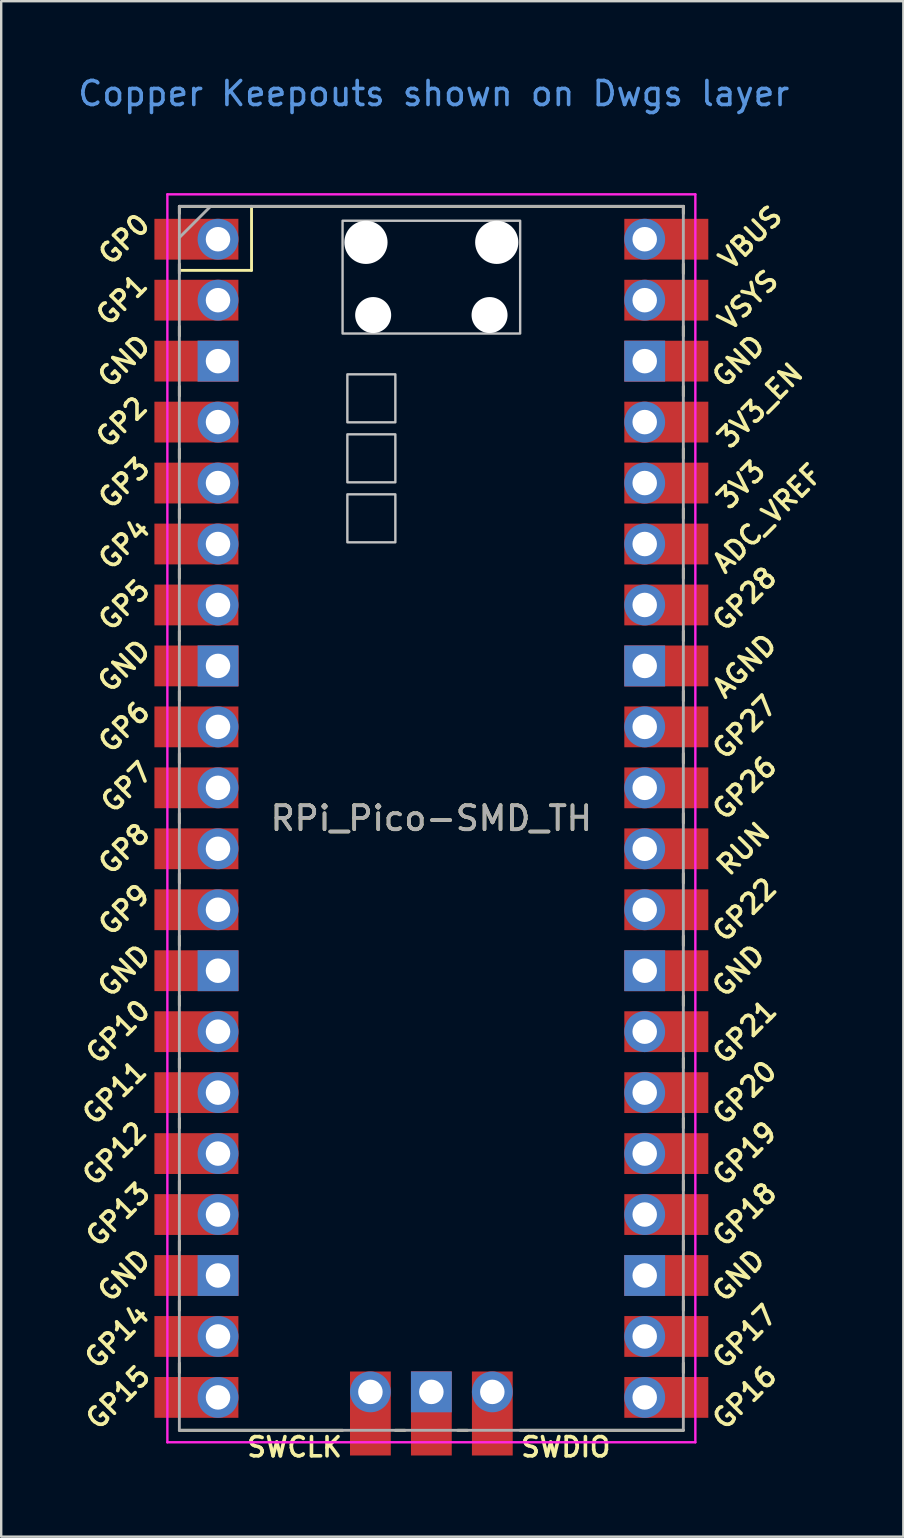
<source format=kicad_pcb>
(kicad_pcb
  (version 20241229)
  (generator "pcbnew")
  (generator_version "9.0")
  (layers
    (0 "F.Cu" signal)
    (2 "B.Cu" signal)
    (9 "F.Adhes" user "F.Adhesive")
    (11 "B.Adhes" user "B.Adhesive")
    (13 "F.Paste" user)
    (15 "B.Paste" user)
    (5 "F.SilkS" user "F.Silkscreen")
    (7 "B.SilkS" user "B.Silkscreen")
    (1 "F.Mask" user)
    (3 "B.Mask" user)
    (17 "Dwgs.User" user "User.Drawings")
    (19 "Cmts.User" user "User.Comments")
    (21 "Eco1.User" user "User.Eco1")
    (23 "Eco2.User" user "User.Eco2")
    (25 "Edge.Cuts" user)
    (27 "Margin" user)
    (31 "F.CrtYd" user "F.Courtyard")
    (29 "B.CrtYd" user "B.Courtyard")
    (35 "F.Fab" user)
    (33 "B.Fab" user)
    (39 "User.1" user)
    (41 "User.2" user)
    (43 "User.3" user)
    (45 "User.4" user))
  (footprint "RPi_Pico-SMD_TH"
    (layer "F.Cu")
    (at 14.924 31.048)
    (property "Reference" "RPi_Pico-SMD_TH" (at 0 0 0) (layer "F.SilkS") (effects (font (size 1 1) (thickness 0.15))))
    (attr through_hole)
    (fp_line (start -10.5 -25.5) (end -10.5 -25.2) (stroke (width 0.12) (type solid)) (layer "F.SilkS"))
    (fp_line (start -10.5 -25.5) (end 10.5 -25.5) (stroke (width 0.12) (type solid)) (layer "F.SilkS"))
    (fp_line (start -10.5 -23.1) (end -10.5 -22.7) (stroke (width 0.12) (type solid)) (layer "F.SilkS"))
    (fp_line (start -10.5 -22.833) (end -7.493 -22.833) (stroke (width 0.12) (type solid)) (layer "F.SilkS"))
    (fp_line (start -10.5 -20.5) (end -10.5 -20.1) (stroke (width 0.12) (type solid)) (layer "F.SilkS"))
    (fp_line (start -10.5 -18) (end -10.5 -17.6) (stroke (width 0.12) (type solid)) (layer "F.SilkS"))
    (fp_line (start -10.5 -15.4) (end -10.5 -15) (stroke (width 0.12) (type solid)) (layer "F.SilkS"))
    (fp_line (start -10.5 -12.9) (end -10.5 -12.5) (stroke (width 0.12) (type solid)) (layer "F.SilkS"))
    (fp_line (start -10.5 -10.4) (end -10.5 -10) (stroke (width 0.12) (type solid)) (layer "F.SilkS"))
    (fp_line (start -10.5 -7.8) (end -10.5 -7.4) (stroke (width 0.12) (type solid)) (layer "F.SilkS"))
    (fp_line (start -10.5 -5.3) (end -10.5 -4.9) (stroke (width 0.12) (type solid)) (layer "F.SilkS"))
    (fp_line (start -10.5 -2.7) (end -10.5 -2.3) (stroke (width 0.12) (type solid)) (layer "F.SilkS"))
    (fp_line (start -10.5 -0.2) (end -10.5 0.2) (stroke (width 0.12) (type solid)) (layer "F.SilkS"))
    (fp_line (start -10.5 2.3) (end -10.5 2.7) (stroke (width 0.12) (type solid)) (layer "F.SilkS"))
    (fp_line (start -10.5 4.9) (end -10.5 5.3) (stroke (width 0.12) (type solid)) (layer "F.SilkS"))
    (fp_line (start -10.5 7.4) (end -10.5 7.8) (stroke (width 0.12) (type solid)) (layer "F.SilkS"))
    (fp_line (start -10.5 10) (end -10.5 10.4) (stroke (width 0.12) (type solid)) (layer "F.SilkS"))
    (fp_line (start -10.5 12.5) (end -10.5 12.9) (stroke (width 0.12) (type solid)) (layer "F.SilkS"))
    (fp_line (start -10.5 15.1) (end -10.5 15.5) (stroke (width 0.12) (type solid)) (layer "F.SilkS"))
    (fp_line (start -10.5 17.6) (end -10.5 18) (stroke (width 0.12) (type solid)) (layer "F.SilkS"))
    (fp_line (start -10.5 20.1) (end -10.5 20.5) (stroke (width 0.12) (type solid)) (layer "F.SilkS"))
    (fp_line (start -10.5 22.7) (end -10.5 23.1) (stroke (width 0.12) (type solid)) (layer "F.SilkS"))
    (fp_line (start -7.493 -22.833) (end -7.493 -25.5) (stroke (width 0.12) (type solid)) (layer "F.SilkS"))
    (fp_line (start -3.7 25.5) (end -10.5 25.5) (stroke (width 0.12) (type solid)) (layer "F.SilkS"))
    (fp_line (start -1.5 25.5) (end -1.1 25.5) (stroke (width 0.12) (type solid)) (layer "F.SilkS"))
    (fp_line (start 1.1 25.5) (end 1.5 25.5) (stroke (width 0.12) (type solid)) (layer "F.SilkS"))
    (fp_line (start 10.5 -25.5) (end 10.5 -25.2) (stroke (width 0.12) (type solid)) (layer "F.SilkS"))
    (fp_line (start 10.5 -23.1) (end 10.5 -22.7) (stroke (width 0.12) (type solid)) (layer "F.SilkS"))
    (fp_line (start 10.5 -20.5) (end 10.5 -20.1) (stroke (width 0.12) (type solid)) (layer "F.SilkS"))
    (fp_line (start 10.5 -18) (end 10.5 -17.6) (stroke (width 0.12) (type solid)) (layer "F.SilkS"))
    (fp_line (start 10.5 -15.4) (end 10.5 -15) (stroke (width 0.12) (type solid)) (layer "F.SilkS"))
    (fp_line (start 10.5 -12.9) (end 10.5 -12.5) (stroke (width 0.12) (type solid)) (layer "F.SilkS"))
    (fp_line (start 10.5 -10.4) (end 10.5 -10) (stroke (width 0.12) (type solid)) (layer "F.SilkS"))
    (fp_line (start 10.5 -7.8) (end 10.5 -7.4) (stroke (width 0.12) (type solid)) (layer "F.SilkS"))
    (fp_line (start 10.5 -5.3) (end 10.5 -4.9) (stroke (width 0.12) (type solid)) (layer "F.SilkS"))
    (fp_line (start 10.5 -2.7) (end 10.5 -2.3) (stroke (width 0.12) (type solid)) (layer "F.SilkS"))
    (fp_line (start 10.5 -0.2) (end 10.5 0.2) (stroke (width 0.12) (type solid)) (layer "F.SilkS"))
    (fp_line (start 10.5 2.3) (end 10.5 2.7) (stroke (width 0.12) (type solid)) (layer "F.SilkS"))
    (fp_line (start 10.5 4.9) (end 10.5 5.3) (stroke (width 0.12) (type solid)) (layer "F.SilkS"))
    (fp_line (start 10.5 7.4) (end 10.5 7.8) (stroke (width 0.12) (type solid)) (layer "F.SilkS"))
    (fp_line (start 10.5 10) (end 10.5 10.4) (stroke (width 0.12) (type solid)) (layer "F.SilkS"))
    (fp_line (start 10.5 12.5) (end 10.5 12.9) (stroke (width 0.12) (type solid)) (layer "F.SilkS"))
    (fp_line (start 10.5 15.1) (end 10.5 15.5) (stroke (width 0.12) (type solid)) (layer "F.SilkS"))
    (fp_line (start 10.5 17.6) (end 10.5 18) (stroke (width 0.12) (type solid)) (layer "F.SilkS"))
    (fp_line (start 10.5 20.1) (end 10.5 20.5) (stroke (width 0.12) (type solid)) (layer "F.SilkS"))
    (fp_line (start 10.5 22.7) (end 10.5 23.1) (stroke (width 0.12) (type solid)) (layer "F.SilkS"))
    (fp_line (start 10.5 25.5) (end 3.7 25.5) (stroke (width 0.12) (type solid)) (layer "F.SilkS"))
    (fp_poly (pts (xy -1.5 -16.5) (xy -3.5 -16.5) (xy -3.5 -18.5) (xy -1.5 -18.5)) (stroke (width 0.1) (type solid)) (fill no) (layer "Dwgs.User"))
    (fp_poly (pts (xy -1.5 -14) (xy -3.5 -14) (xy -3.5 -16) (xy -1.5 -16)) (stroke (width 0.1) (type solid)) (fill no) (layer "Dwgs.User"))
    (fp_poly (pts (xy -1.5 -11.5) (xy -3.5 -11.5) (xy -3.5 -13.5) (xy -1.5 -13.5)) (stroke (width 0.1) (type solid)) (fill no) (layer "Dwgs.User"))
    (fp_poly (pts (xy 3.7 -20.2) (xy -3.7 -20.2) (xy -3.7 -24.9) (xy 3.7 -24.9)) (stroke (width 0.1) (type solid)) (fill no) (layer "Dwgs.User"))
    (fp_line (start -11 -26) (end 11 -26) (stroke (width 0.1) (type solid)) (layer "F.CrtYd"))
    (fp_line (start -11 26) (end -11 -26) (stroke (width 0.1) (type solid)) (layer "F.CrtYd"))
    (fp_line (start 11 -26) (end 11 26) (stroke (width 0.1) (type solid)) (layer "F.CrtYd"))
    (fp_line (start 11 26) (end -11 26) (stroke (width 0.1) (type solid)) (layer "F.CrtYd"))
    (fp_line (start -10.5 -25.5) (end 10.5 -25.5) (stroke (width 0.12) (type solid)) (layer "F.Fab"))
    (fp_line (start -10.5 -24.2) (end -9.2 -25.5) (stroke (width 0.12) (type solid)) (layer "F.Fab"))
    (fp_line (start -10.5 25.5) (end -10.5 -25.5) (stroke (width 0.12) (type solid)) (layer "F.Fab"))
    (fp_line (start 10.5 -25.5) (end 10.5 25.5) (stroke (width 0.12) (type solid)) (layer "F.Fab"))
    (fp_line (start 10.5 25.5) (end -10.5 25.5) (stroke (width 0.12) (type solid)) (layer "F.Fab"))
    (fp_text user "GP20" (at 13.054 11.43 45) (layer "F.SilkS") (effects (font (size 0.8 0.8) (thickness 0.15))))
    (fp_text user "GP5" (at -12.8 -8.89 45) (layer "F.SilkS") (effects (font (size 0.8 0.8) (thickness 0.15))))
    (fp_text user "GP15" (at -13.054 24.13 45) (layer "F.SilkS") (effects (font (size 0.8 0.8) (thickness 0.15))))
    (fp_text user "GND" (at 12.8 6.35 45) (layer "F.SilkS") (effects (font (size 0.8 0.8) (thickness 0.15))))
    (fp_text user "AGND" (at 13.054 -6.35 45) (layer "F.SilkS") (effects (font (size 0.8 0.8) (thickness 0.15))))
    (fp_text user "GP12" (at -13.2 13.97 45) (layer "F.SilkS") (effects (font (size 0.8 0.8) (thickness 0.15))))
    (fp_text user "VBUS" (at 13.3 -24.2 45) (layer "F.SilkS") (effects (font (size 0.8 0.8) (thickness 0.15))))
    (fp_text user "GP6" (at -12.8 -3.81 45) (layer "F.SilkS") (effects (font (size 0.8 0.8) (thickness 0.15))))
    (fp_text user "GP14" (at -13.1 21.59 45) (layer "F.SilkS") (effects (font (size 0.8 0.8) (thickness 0.15))))
    (fp_text user "GP2" (at -12.9 -16.51 45) (layer "F.SilkS") (effects (font (size 0.8 0.8) (thickness 0.15))))
    (fp_text user "GND" (at -12.8 6.35 45) (layer "F.SilkS") (effects (font (size 0.8 0.8) (thickness 0.15))))
    (fp_text user "GP3" (at -12.8 -13.97 45) (layer "F.SilkS") (effects (font (size 0.8 0.8) (thickness 0.15))))
    (fp_text user "GP0" (at -12.8 -24.13 45) (layer "F.SilkS") (effects (font (size 0.8 0.8) (thickness 0.15))))
    (fp_text user "GP19" (at 13.054 13.97 45) (layer "F.SilkS") (effects (font (size 0.8 0.8) (thickness 0.15))))
    (fp_text user "GP26" (at 13.054 -1.27 45) (layer "F.SilkS") (effects (font (size 0.8 0.8) (thickness 0.15))))
    (fp_text user "GP22" (at 13.054 3.81 45) (layer "F.SilkS") (effects (font (size 0.8 0.8) (thickness 0.15))))
    (fp_text user "GP8" (at -12.8 1.27 45) (layer "F.SilkS") (effects (font (size 0.8 0.8) (thickness 0.15))))
    (fp_text user "GP28" (at 13.054 -9.144 45) (layer "F.SilkS") (effects (font (size 0.8 0.8) (thickness 0.15))))
    (fp_text user "3V3_EN" (at 13.7 -17.2 45) (layer "F.SilkS") (effects (font (size 0.8 0.8) (thickness 0.15))))
    (fp_text user "SWDIO" (at 5.6 26.2 0) (layer "F.SilkS") (effects (font (size 0.8 0.8) (thickness 0.15))))
    (fp_text user "GP17" (at 13.054 21.59 45) (layer "F.SilkS") (effects (font (size 0.8 0.8) (thickness 0.15))))
    (fp_text user "GP4" (at -12.8 -11.43 45) (layer "F.SilkS") (effects (font (size 0.8 0.8) (thickness 0.15))))
    (fp_text user "RUN" (at 13 1.27 45) (layer "F.SilkS") (effects (font (size 0.8 0.8) (thickness 0.15))))
    (fp_text user "GND" (at -12.8 19.05 45) (layer "F.SilkS") (effects (font (size 0.8 0.8) (thickness 0.15))))
    (fp_text user "GP10" (at -13.054 8.89 45) (layer "F.SilkS") (effects (font (size 0.8 0.8) (thickness 0.15))))
    (fp_text user "GND" (at -12.8 -19.05 45) (layer "F.SilkS") (effects (font (size 0.8 0.8) (thickness 0.15))))
    (fp_text user "GP9" (at -12.8 3.81 45) (layer "F.SilkS") (effects (font (size 0.8 0.8) (thickness 0.15))))
    (fp_text user "ADC_VREF" (at 14 -12.5 45) (layer "F.SilkS") (effects (font (size 0.8 0.8) (thickness 0.15))))
    (fp_text user "GP7" (at -12.7 -1.3 45) (layer "F.SilkS") (effects (font (size 0.8 0.8) (thickness 0.15))))
    (fp_text user "3V3" (at 12.9 -13.9 45) (layer "F.SilkS") (effects (font (size 0.8 0.8) (thickness 0.15))))
    (fp_text user "GP18" (at 13.054 16.51 45) (layer "F.SilkS") (effects (font (size 0.8 0.8) (thickness 0.15))))
    (fp_text user "GP27" (at 13.054 -3.8 45) (layer "F.SilkS") (effects (font (size 0.8 0.8) (thickness 0.15))))
    (fp_text user "SWCLK" (at -5.7 26.2 0) (layer "F.SilkS") (effects (font (size 0.8 0.8) (thickness 0.15))))
    (fp_text user "GP1" (at -12.9 -21.6 45) (layer "F.SilkS") (effects (font (size 0.8 0.8) (thickness 0.15))))
    (fp_text user "GND" (at -12.8 -6.35 45) (layer "F.SilkS") (effects (font (size 0.8 0.8) (thickness 0.15))))
    (fp_text user "GND" (at 12.8 19.05 45) (layer "F.SilkS") (effects (font (size 0.8 0.8) (thickness 0.15))))
    (fp_text user "GND" (at 12.8 -19.05 45) (layer "F.SilkS") (effects (font (size 0.8 0.8) (thickness 0.15))))
    (fp_text user "GP16" (at 13.054 24.13 45) (layer "F.SilkS") (effects (font (size 0.8 0.8) (thickness 0.15))))
    (fp_text user "GP21" (at 13.054 8.9 45) (layer "F.SilkS") (effects (font (size 0.8 0.8) (thickness 0.15))))
    (fp_text user "GP13" (at -13.054 16.51 45) (layer "F.SilkS") (effects (font (size 0.8 0.8) (thickness 0.15))))
    (fp_text user "VSYS" (at 13.2 -21.59 45) (layer "F.SilkS") (effects (font (size 0.8 0.8) (thickness 0.15))))
    (fp_text user "GP11" (at -13.2 11.43 45) (layer "F.SilkS") (effects (font (size 0.8 0.8) (thickness 0.15))))
    (fp_text user "Copper Keepouts shown on Dwgs layer" (at 0.1 -30.2 0) (layer "Cmts.User") (effects (font (size 1 1) (thickness 0.15))))
    (fp_text user "${REFERENCE}" (at 0 0 180) (layer "F.Fab") (effects (font (size 1 1) (thickness 0.15))))
    (pad "" np_thru_hole oval (at -2.725 -24) (size 1.8 1.8) (drill 1.8) (layers "*.Cu" "*.Mask"))
    (pad "" np_thru_hole oval (at -2.425 -20.97) (size 1.5 1.5) (drill 1.5) (layers "*.Cu" "*.Mask"))
    (pad "" np_thru_hole oval (at 2.425 -20.97) (size 1.5 1.5) (drill 1.5) (layers "*.Cu" "*.Mask"))
    (pad "" np_thru_hole oval (at 2.725 -24) (size 1.8 1.8) (drill 1.8) (layers "*.Cu" "*.Mask"))
    (pad "1" thru_hole oval (at -8.89 -24.13) (size 1.7 1.7) (drill 1.02) (layers "*.Cu" "*.Mask"))
    (pad "1" smd rect (at -8.89 -24.13) (size 3.5 1.7) (drill (offset -0.9 0)) (layers "F.Cu" "F.Mask"))
    (pad "2" thru_hole oval (at -8.89 -21.59) (size 1.7 1.7) (drill 1.02) (layers "*.Cu" "*.Mask"))
    (pad "2" smd rect (at -8.89 -21.59) (size 3.5 1.7) (drill (offset -0.9 0)) (layers "F.Cu" "F.Mask"))
    (pad "3" thru_hole rect (at -8.89 -19.05) (size 1.7 1.7) (drill 1.02) (layers "*.Cu" "*.Mask"))
    (pad "3" smd rect (at -8.89 -19.05) (size 3.5 1.7) (drill (offset -0.9 0)) (layers "F.Cu" "F.Mask"))
    (pad "4" thru_hole oval (at -8.89 -16.51) (size 1.7 1.7) (drill 1.02) (layers "*.Cu" "*.Mask"))
    (pad "4" smd rect (at -8.89 -16.51) (size 3.5 1.7) (drill (offset -0.9 0)) (layers "F.Cu" "F.Mask"))
    (pad "5" thru_hole oval (at -8.89 -13.97) (size 1.7 1.7) (drill 1.02) (layers "*.Cu" "*.Mask"))
    (pad "5" smd rect (at -8.89 -13.97) (size 3.5 1.7) (drill (offset -0.9 0)) (layers "F.Cu" "F.Mask"))
    (pad "6" thru_hole oval (at -8.89 -11.43) (size 1.7 1.7) (drill 1.02) (layers "*.Cu" "*.Mask"))
    (pad "6" smd rect (at -8.89 -11.43) (size 3.5 1.7) (drill (offset -0.9 0)) (layers "F.Cu" "F.Mask"))
    (pad "7" thru_hole oval (at -8.89 -8.89) (size 1.7 1.7) (drill 1.02) (layers "*.Cu" "*.Mask"))
    (pad "7" smd rect (at -8.89 -8.89) (size 3.5 1.7) (drill (offset -0.9 0)) (layers "F.Cu" "F.Mask"))
    (pad "8" thru_hole rect (at -8.89 -6.35) (size 1.7 1.7) (drill 1.02) (layers "*.Cu" "*.Mask"))
    (pad "8" smd rect (at -8.89 -6.35) (size 3.5 1.7) (drill (offset -0.9 0)) (layers "F.Cu" "F.Mask"))
    (pad "9" thru_hole oval (at -8.89 -3.81) (size 1.7 1.7) (drill 1.02) (layers "*.Cu" "*.Mask"))
    (pad "9" smd rect (at -8.89 -3.81) (size 3.5 1.7) (drill (offset -0.9 0)) (layers "F.Cu" "F.Mask"))
    (pad "10" thru_hole oval (at -8.89 -1.27) (size 1.7 1.7) (drill 1.02) (layers "*.Cu" "*.Mask"))
    (pad "10" smd rect (at -8.89 -1.27) (size 3.5 1.7) (drill (offset -0.9 0)) (layers "F.Cu" "F.Mask"))
    (pad "11" thru_hole oval (at -8.89 1.27) (size 1.7 1.7) (drill 1.02) (layers "*.Cu" "*.Mask"))
    (pad "11" smd rect (at -8.89 1.27) (size 3.5 1.7) (drill (offset -0.9 0)) (layers "F.Cu" "F.Mask"))
    (pad "12" thru_hole oval (at -8.89 3.81) (size 1.7 1.7) (drill 1.02) (layers "*.Cu" "*.Mask"))
    (pad "12" smd rect (at -8.89 3.81) (size 3.5 1.7) (drill (offset -0.9 0)) (layers "F.Cu" "F.Mask"))
    (pad "13" thru_hole rect (at -8.89 6.35) (size 1.7 1.7) (drill 1.02) (layers "*.Cu" "*.Mask"))
    (pad "13" smd rect (at -8.89 6.35) (size 3.5 1.7) (drill (offset -0.9 0)) (layers "F.Cu" "F.Mask"))
    (pad "14" thru_hole oval (at -8.89 8.89) (size 1.7 1.7) (drill 1.02) (layers "*.Cu" "*.Mask"))
    (pad "14" smd rect (at -8.89 8.89) (size 3.5 1.7) (drill (offset -0.9 0)) (layers "F.Cu" "F.Mask"))
    (pad "15" thru_hole oval (at -8.89 11.43) (size 1.7 1.7) (drill 1.02) (layers "*.Cu" "*.Mask"))
    (pad "15" smd rect (at -8.89 11.43) (size 3.5 1.7) (drill (offset -0.9 0)) (layers "F.Cu" "F.Mask"))
    (pad "16" thru_hole oval (at -8.89 13.97) (size 1.7 1.7) (drill 1.02) (layers "*.Cu" "*.Mask"))
    (pad "16" smd rect (at -8.89 13.97) (size 3.5 1.7) (drill (offset -0.9 0)) (layers "F.Cu" "F.Mask"))
    (pad "17" thru_hole oval (at -8.89 16.51) (size 1.7 1.7) (drill 1.02) (layers "*.Cu" "*.Mask"))
    (pad "17" smd rect (at -8.89 16.51) (size 3.5 1.7) (drill (offset -0.9 0)) (layers "F.Cu" "F.Mask"))
    (pad "18" thru_hole rect (at -8.89 19.05) (size 1.7 1.7) (drill 1.02) (layers "*.Cu" "*.Mask"))
    (pad "18" smd rect (at -8.89 19.05) (size 3.5 1.7) (drill (offset -0.9 0)) (layers "F.Cu" "F.Mask"))
    (pad "19" thru_hole oval (at -8.89 21.59) (size 1.7 1.7) (drill 1.02) (layers "*.Cu" "*.Mask"))
    (pad "19" smd rect (at -8.89 21.59) (size 3.5 1.7) (drill (offset -0.9 0)) (layers "F.Cu" "F.Mask"))
    (pad "20" thru_hole oval (at -8.89 24.13) (size 1.7 1.7) (drill 1.02) (layers "*.Cu" "*.Mask"))
    (pad "20" smd rect (at -8.89 24.13) (size 3.5 1.7) (drill (offset -0.9 0)) (layers "F.Cu" "F.Mask"))
    (pad "21" thru_hole oval (at 8.89 24.13) (size 1.7 1.7) (drill 1.02) (layers "*.Cu" "*.Mask"))
    (pad "21" smd rect (at 8.89 24.13) (size 3.5 1.7) (drill (offset 0.9 0)) (layers "F.Cu" "F.Mask"))
    (pad "22" thru_hole oval (at 8.89 21.59) (size 1.7 1.7) (drill 1.02) (layers "*.Cu" "*.Mask"))
    (pad "22" smd rect (at 8.89 21.59) (size 3.5 1.7) (drill (offset 0.9 0)) (layers "F.Cu" "F.Mask"))
    (pad "23" thru_hole rect (at 8.89 19.05) (size 1.7 1.7) (drill 1.02) (layers "*.Cu" "*.Mask"))
    (pad "23" smd rect (at 8.89 19.05) (size 3.5 1.7) (drill (offset 0.9 0)) (layers "F.Cu" "F.Mask"))
    (pad "24" thru_hole oval (at 8.89 16.51) (size 1.7 1.7) (drill 1.02) (layers "*.Cu" "*.Mask"))
    (pad "24" smd rect (at 8.89 16.51) (size 3.5 1.7) (drill (offset 0.9 0)) (layers "F.Cu" "F.Mask"))
    (pad "25" thru_hole oval (at 8.89 13.97) (size 1.7 1.7) (drill 1.02) (layers "*.Cu" "*.Mask"))
    (pad "25" smd rect (at 8.89 13.97) (size 3.5 1.7) (drill (offset 0.9 0)) (layers "F.Cu" "F.Mask"))
    (pad "26" thru_hole oval (at 8.89 11.43) (size 1.7 1.7) (drill 1.02) (layers "*.Cu" "*.Mask"))
    (pad "26" smd rect (at 8.89 11.43) (size 3.5 1.7) (drill (offset 0.9 0)) (layers "F.Cu" "F.Mask"))
    (pad "27" thru_hole oval (at 8.89 8.89) (size 1.7 1.7) (drill 1.02) (layers "*.Cu" "*.Mask"))
    (pad "27" smd rect (at 8.89 8.89) (size 3.5 1.7) (drill (offset 0.9 0)) (layers "F.Cu" "F.Mask"))
    (pad "28" thru_hole rect (at 8.89 6.35) (size 1.7 1.7) (drill 1.02) (layers "*.Cu" "*.Mask"))
    (pad "28" smd rect (at 8.89 6.35) (size 3.5 1.7) (drill (offset 0.9 0)) (layers "F.Cu" "F.Mask"))
    (pad "29" thru_hole oval (at 8.89 3.81) (size 1.7 1.7) (drill 1.02) (layers "*.Cu" "*.Mask"))
    (pad "29" smd rect (at 8.89 3.81) (size 3.5 1.7) (drill (offset 0.9 0)) (layers "F.Cu" "F.Mask"))
    (pad "30" thru_hole oval (at 8.89 1.27) (size 1.7 1.7) (drill 1.02) (layers "*.Cu" "*.Mask"))
    (pad "30" smd rect (at 8.89 1.27) (size 3.5 1.7) (drill (offset 0.9 0)) (layers "F.Cu" "F.Mask"))
    (pad "31" thru_hole oval (at 8.89 -1.27) (size 1.7 1.7) (drill 1.02) (layers "*.Cu" "*.Mask"))
    (pad "31" smd rect (at 8.89 -1.27) (size 3.5 1.7) (drill (offset 0.9 0)) (layers "F.Cu" "F.Mask"))
    (pad "32" thru_hole oval (at 8.89 -3.81) (size 1.7 1.7) (drill 1.02) (layers "*.Cu" "*.Mask"))
    (pad "32" smd rect (at 8.89 -3.81) (size 3.5 1.7) (drill (offset 0.9 0)) (layers "F.Cu" "F.Mask"))
    (pad "33" thru_hole rect (at 8.89 -6.35) (size 1.7 1.7) (drill 1.02) (layers "*.Cu" "*.Mask"))
    (pad "33" smd rect (at 8.89 -6.35) (size 3.5 1.7) (drill (offset 0.9 0)) (layers "F.Cu" "F.Mask"))
    (pad "34" thru_hole oval (at 8.89 -8.89) (size 1.7 1.7) (drill 1.02) (layers "*.Cu" "*.Mask"))
    (pad "34" smd rect (at 8.89 -8.89) (size 3.5 1.7) (drill (offset 0.9 0)) (layers "F.Cu" "F.Mask"))
    (pad "35" thru_hole oval (at 8.89 -11.43) (size 1.7 1.7) (drill 1.02) (layers "*.Cu" "*.Mask"))
    (pad "35" smd rect (at 8.89 -11.43) (size 3.5 1.7) (drill (offset 0.9 0)) (layers "F.Cu" "F.Mask"))
    (pad "36" thru_hole oval (at 8.89 -13.97) (size 1.7 1.7) (drill 1.02) (layers "*.Cu" "*.Mask"))
    (pad "36" smd rect (at 8.89 -13.97) (size 3.5 1.7) (drill (offset 0.9 0)) (layers "F.Cu" "F.Mask"))
    (pad "37" thru_hole oval (at 8.89 -16.51) (size 1.7 1.7) (drill 1.02) (layers "*.Cu" "*.Mask"))
    (pad "37" smd rect (at 8.89 -16.51) (size 3.5 1.7) (drill (offset 0.9 0)) (layers "F.Cu" "F.Mask"))
    (pad "38" thru_hole rect (at 8.89 -19.05) (size 1.7 1.7) (drill 1.02) (layers "*.Cu" "*.Mask"))
    (pad "38" smd rect (at 8.89 -19.05) (size 3.5 1.7) (drill (offset 0.9 0)) (layers "F.Cu" "F.Mask"))
    (pad "39" thru_hole oval (at 8.89 -21.59) (size 1.7 1.7) (drill 1.02) (layers "*.Cu" "*.Mask"))
    (pad "39" smd rect (at 8.89 -21.59) (size 3.5 1.7) (drill (offset 0.9 0)) (layers "F.Cu" "F.Mask"))
    (pad "40" thru_hole oval (at 8.89 -24.13) (size 1.7 1.7) (drill 1.02) (layers "*.Cu" "*.Mask"))
    (pad "40" smd rect (at 8.89 -24.13) (size 3.5 1.7) (drill (offset 0.9 0)) (layers "F.Cu" "F.Mask"))
    (pad "41" thru_hole oval (at -2.54 23.9) (size 1.7 1.7) (drill 1.02) (layers "*.Cu" "*.Mask"))
    (pad "41" smd rect (at -2.54 23.9 90) (size 3.5 1.7) (drill (offset -0.9 0)) (layers "F.Cu" "F.Mask"))
    (pad "42" thru_hole rect (at 0 23.9) (size 1.7 1.7) (drill 1.02) (layers "*.Cu" "*.Mask"))
    (pad "42" smd rect (at 0 23.9 90) (size 3.5 1.7) (drill (offset -0.9 0)) (layers "F.Cu" "F.Mask"))
    (pad "43" thru_hole oval (at 2.54 23.9) (size 1.7 1.7) (drill 1.02) (layers "*.Cu" "*.Mask"))
    (pad "43" smd rect (at 2.54 23.9 90) (size 3.5 1.7) (drill (offset -0.9 0)) (layers "F.Cu" "F.Mask")))
  (gr_rect
    (start -3 -3)
    (end 34.591 60.98)
    (stroke (width 0.1) (type default))
    (fill no)
    (layer "Edge.Cuts")))
</source>
